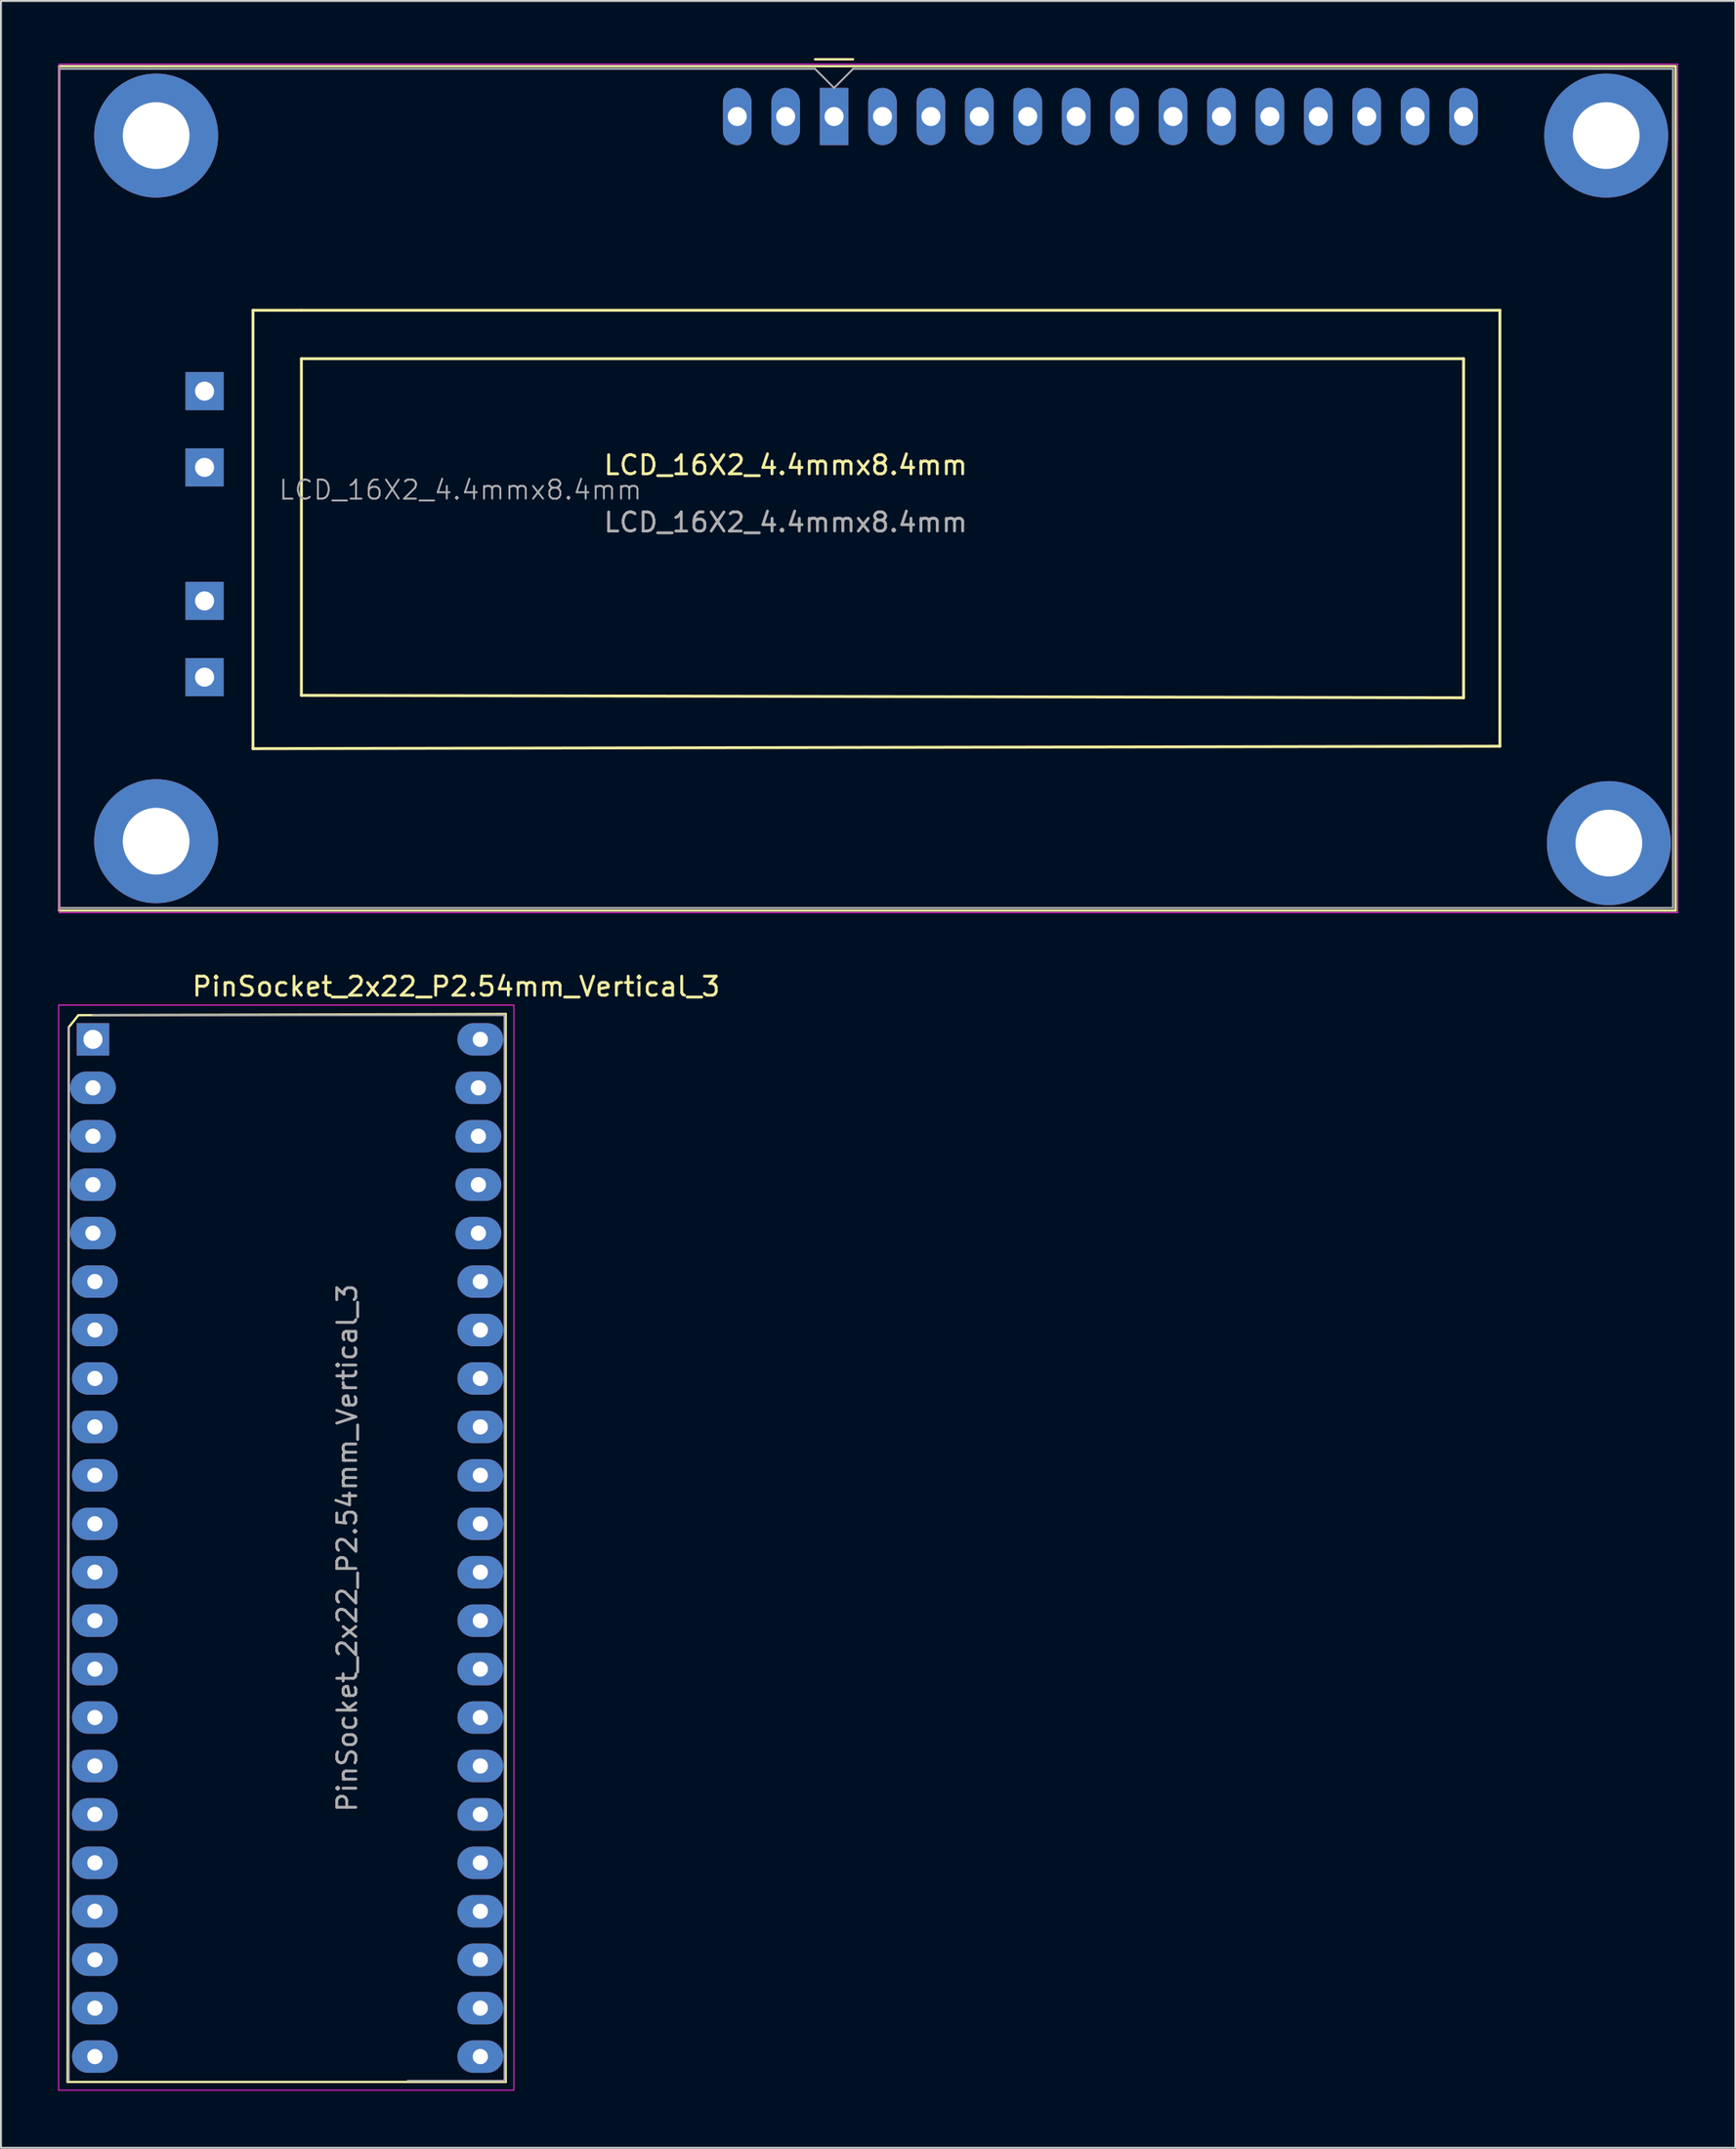
<source format=kicad_pcb>
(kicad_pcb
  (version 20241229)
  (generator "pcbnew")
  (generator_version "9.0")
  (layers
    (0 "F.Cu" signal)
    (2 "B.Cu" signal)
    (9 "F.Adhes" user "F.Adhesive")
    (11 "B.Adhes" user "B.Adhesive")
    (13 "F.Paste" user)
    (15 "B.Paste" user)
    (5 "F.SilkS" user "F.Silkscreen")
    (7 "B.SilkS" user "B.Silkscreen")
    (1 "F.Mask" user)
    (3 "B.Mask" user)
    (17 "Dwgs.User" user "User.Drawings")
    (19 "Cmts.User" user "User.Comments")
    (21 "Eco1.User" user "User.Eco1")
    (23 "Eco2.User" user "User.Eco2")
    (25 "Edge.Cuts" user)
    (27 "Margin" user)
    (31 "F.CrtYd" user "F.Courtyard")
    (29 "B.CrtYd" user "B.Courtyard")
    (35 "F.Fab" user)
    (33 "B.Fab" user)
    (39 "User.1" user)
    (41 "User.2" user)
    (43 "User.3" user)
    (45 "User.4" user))
  (footprint "PinSocket_2x22_P2.54mm_Vertical_3"
    (layer "F.Cu")
    (at 4.365 51.453)
    (property "Reference" "PinSocket_2x22_P2.54mm_Vertical_3" (at 16.51 -2.77 0) (layer "F.SilkS") (effects (font (size 1 1) (thickness 0.15))))
    (attr through_hole)
    (fp_line (start -3.87 54.67) (end 19.11 54.67) (stroke (width 0.12) (type solid)) (layer "F.SilkS"))
    (fp_line (start -3.81 -0.635) (end -3.87 54.67) (stroke (width 0.12) (type solid)) (layer "F.SilkS"))
    (fp_line (start -3.81 -0.635) (end -3.302 -1.27) (stroke (width 0.12) (type solid)) (layer "F.SilkS"))
    (fp_line (start -3.302 -1.27) (end 19.11 -1.33) (stroke (width 0.12) (type solid)) (layer "F.SilkS"))
    (fp_line (start 19.11 -1.33) (end 19.11 54.67) (stroke (width 0.12) (type solid)) (layer "F.SilkS"))
    (fp_line (start -4.34 -1.8) (end 19.54 -1.8) (stroke (width 0.05) (type solid)) (layer "F.CrtYd"))
    (fp_line (start -4.34 55.1) (end -4.34 -1.8) (stroke (width 0.05) (type solid)) (layer "F.CrtYd"))
    (fp_line (start 19.54 -1.8) (end 19.54 55.1) (stroke (width 0.05) (type solid)) (layer "F.CrtYd"))
    (fp_line (start 19.54 55.1) (end -4.34 55.1) (stroke (width 0.05) (type solid)) (layer "F.CrtYd"))
    (fp_line (start -3.81 54.61) (end -3.81 -0.635) (stroke (width 0.1) (type solid)) (layer "F.Fab"))
    (fp_line (start -2.54 -1.27) (end 19.05 -1.27) (stroke (width 0.1) (type solid)) (layer "F.Fab"))
    (fp_line (start 19.05 -1.27) (end 19.05 54.61) (stroke (width 0.1) (type solid)) (layer "F.Fab"))
    (fp_line (start 19.05 54.61) (end 13.97 54.61) (stroke (width 0.1) (type solid)) (layer "F.Fab"))
    (fp_text user "${REFERENCE}" (at 10.795 26.67 90) (layer "F.Fab") (effects (font (size 1 1) (thickness 0.15))))
    (pad "1" thru_hole rect (at -2.54 0) (size 1.7 1.7) (drill 1) (layers "*.Cu" "*.Mask"))
    (pad "2" thru_hole oval (at -2.54 2.54) (size 2.4 1.7) (drill 0.8) (layers "*.Cu" "*.Mask"))
    (pad "3" thru_hole oval (at -2.54 5.08) (size 2.4 1.7) (drill 0.8) (layers "*.Cu" "*.Mask"))
    (pad "4" thru_hole oval (at -2.54 7.62) (size 2.4 1.7) (drill 0.8) (layers "*.Cu" "*.Mask"))
    (pad "5" thru_hole oval (at -2.54 10.16) (size 2.4 1.7) (drill 0.8) (layers "*.Cu" "*.Mask"))
    (pad "6" thru_hole oval (at -2.438 12.7) (size 2.4 1.7) (drill 0.8) (layers "*.Cu" "*.Mask"))
    (pad "7" thru_hole oval (at -2.438 15.24) (size 2.4 1.7) (drill 0.8) (layers "*.Cu" "*.Mask"))
    (pad "8" thru_hole oval (at -2.438 17.78) (size 2.4 1.7) (drill 0.8) (layers "*.Cu" "*.Mask"))
    (pad "9" thru_hole oval (at -2.438 20.32) (size 2.4 1.7) (drill 0.8) (layers "*.Cu" "*.Mask"))
    (pad "10" thru_hole oval (at -2.438 22.86) (size 2.4 1.7) (drill 0.8) (layers "*.Cu" "*.Mask"))
    (pad "11" thru_hole oval (at -2.438 25.4) (size 2.4 1.7) (drill 0.8) (layers "*.Cu" "*.Mask"))
    (pad "12" thru_hole oval (at -2.438 27.94) (size 2.4 1.7) (drill 0.8) (layers "*.Cu" "*.Mask"))
    (pad "13" thru_hole oval (at -2.438 30.48) (size 2.4 1.7) (drill 0.8) (layers "*.Cu" "*.Mask"))
    (pad "14" thru_hole oval (at -2.438 33.02) (size 2.4 1.7) (drill 0.8) (layers "*.Cu" "*.Mask"))
    (pad "15" thru_hole oval (at -2.438 35.56) (size 2.4 1.7) (drill 0.8) (layers "*.Cu" "*.Mask"))
    (pad "16" thru_hole oval (at -2.438 38.1) (size 2.4 1.7) (drill 0.8) (layers "*.Cu" "*.Mask"))
    (pad "17" thru_hole oval (at -2.438 40.64) (size 2.4 1.7) (drill 0.8) (layers "*.Cu" "*.Mask"))
    (pad "18" thru_hole oval (at -2.438 43.18) (size 2.4 1.7) (drill 0.8) (layers "*.Cu" "*.Mask"))
    (pad "19" thru_hole oval (at -2.438 45.72) (size 2.4 1.7) (drill 0.8) (layers "*.Cu" "*.Mask"))
    (pad "20" thru_hole oval (at -2.438 48.26) (size 2.4 1.7) (drill 0.8) (layers "*.Cu" "*.Mask"))
    (pad "21" thru_hole oval (at -2.438 50.8) (size 2.4 1.7) (drill 0.8) (layers "*.Cu" "*.Mask"))
    (pad "22" thru_hole oval (at -2.438 53.34) (size 2.4 1.7) (drill 0.8) (layers "*.Cu" "*.Mask"))
    (pad "23" thru_hole oval (at 17.78 0) (size 2.4 1.7) (drill 0.8) (layers "*.Cu" "*.Mask"))
    (pad "24" thru_hole oval (at 17.678 2.54) (size 2.4 1.7) (drill 0.8) (layers "*.Cu" "*.Mask"))
    (pad "25" thru_hole oval (at 17.678 5.08) (size 2.4 1.7) (drill 0.8) (layers "*.Cu" "*.Mask"))
    (pad "26" thru_hole oval (at 17.678 7.62) (size 2.4 1.7) (drill 0.8) (layers "*.Cu" "*.Mask"))
    (pad "27" thru_hole oval (at 17.678 10.16) (size 2.4 1.7) (drill 0.8) (layers "*.Cu" "*.Mask"))
    (pad "28" thru_hole oval (at 17.78 12.7) (size 2.4 1.7) (drill 0.8) (layers "*.Cu" "*.Mask"))
    (pad "29" thru_hole oval (at 17.78 15.24) (size 2.4 1.7) (drill 0.8) (layers "*.Cu" "*.Mask"))
    (pad "30" thru_hole oval (at 17.78 17.78) (size 2.4 1.7) (drill 0.8) (layers "*.Cu" "*.Mask"))
    (pad "31" thru_hole oval (at 17.78 20.32) (size 2.4 1.7) (drill 0.8) (layers "*.Cu" "*.Mask"))
    (pad "32" thru_hole oval (at 17.78 22.86) (size 2.4 1.7) (drill 0.8) (layers "*.Cu" "*.Mask"))
    (pad "33" thru_hole oval (at 17.78 25.4) (size 2.4 1.7) (drill 0.8) (layers "*.Cu" "*.Mask"))
    (pad "34" thru_hole oval (at 17.78 27.94) (size 2.4 1.7) (drill 0.8) (layers "*.Cu" "*.Mask"))
    (pad "35" thru_hole oval (at 17.78 30.48) (size 2.4 1.7) (drill 0.8) (layers "*.Cu" "*.Mask"))
    (pad "36" thru_hole oval (at 17.78 33.02) (size 2.4 1.7) (drill 0.8) (layers "*.Cu" "*.Mask"))
    (pad "37" thru_hole oval (at 17.78 35.56) (size 2.4 1.7) (drill 0.8) (layers "*.Cu" "*.Mask"))
    (pad "38" thru_hole oval (at 17.78 38.1) (size 2.4 1.7) (drill 0.8) (layers "*.Cu" "*.Mask"))
    (pad "39" thru_hole oval (at 17.78 40.64) (size 2.4 1.7) (drill 0.8) (layers "*.Cu" "*.Mask"))
    (pad "40" thru_hole oval (at 17.78 43.18) (size 2.4 1.7) (drill 0.8) (layers "*.Cu" "*.Mask"))
    (pad "41" thru_hole oval (at 17.78 45.72) (size 2.4 1.7) (drill 0.8) (layers "*.Cu" "*.Mask"))
    (pad "42" thru_hole oval (at 17.78 48.26) (size 2.4 1.7) (drill 0.8) (layers "*.Cu" "*.Mask"))
    (pad "43" thru_hole oval (at 17.78 50.8) (size 2.4 1.7) (drill 0.8) (layers "*.Cu" "*.Mask"))
    (pad "44" thru_hole oval (at 17.78 53.34) (size 2.4 1.7) (drill 0.8) (layers "*.Cu" "*.Mask")))
  (footprint "LCD_16X2_4.4mmx8.4mm"
    (layer "F.Cu")
    (at 38.16 21.84)
    (property "Reference" "LCD_16X2_4.4mmx8.4mm" (at 0 -0.5 0) (unlocked yes) (layer "F.SilkS") (effects (font (size 1 1) (thickness 0.15))))
    (attr through_hole)
    (fp_line (start -38.1 -21.42) (end -38.1 22.86) (stroke (width 0.12) (type solid)) (layer "F.SilkS"))
    (fp_line (start -38.1 22.86) (end 46.68 22.86) (stroke (width 0.12) (type solid)) (layer "F.SilkS"))
    (fp_line (start -27.94 -8.62) (end -27.94 14.367) (stroke (width 0.15) (type solid)) (layer "F.SilkS"))
    (fp_line (start -27.94 14.367) (end 37.465 14.24) (stroke (width 0.15) (type solid)) (layer "F.SilkS"))
    (fp_line (start -25.4 -8.62) (end -27.94 -8.62) (stroke (width 0.15) (type solid)) (layer "F.SilkS"))
    (fp_line (start -25.4 -6.08) (end 35.56 -6.08) (stroke (width 0.15) (type solid)) (layer "F.SilkS"))
    (fp_line (start -25.4 11.573) (end -25.4 -6.08) (stroke (width 0.15) (type solid)) (layer "F.SilkS"))
    (fp_line (start 1.54 -21.78) (end 3.54 -21.78) (stroke (width 0.12) (type solid)) (layer "F.SilkS"))
    (fp_line (start 35.56 -6.08) (end 35.56 11.7) (stroke (width 0.15) (type solid)) (layer "F.SilkS"))
    (fp_line (start 35.56 11.7) (end -25.4 11.573) (stroke (width 0.15) (type solid)) (layer "F.SilkS"))
    (fp_line (start 37.465 -8.62) (end -25.4 -8.62) (stroke (width 0.15) (type solid)) (layer "F.SilkS"))
    (fp_line (start 37.465 14.24) (end 37.465 -8.62) (stroke (width 0.15) (type solid)) (layer "F.SilkS"))
    (fp_line (start 46.68 -21.42) (end -38.1 -21.42) (stroke (width 0.12) (type solid)) (layer "F.SilkS"))
    (fp_line (start 46.68 -21.42) (end 46.68 22.86) (stroke (width 0.12) (type solid)) (layer "F.SilkS"))
    (fp_line (start -38.1 -21.53) (end -38.1 22.97) (stroke (width 0.05) (type solid)) (layer "F.CrtYd"))
    (fp_line (start -38.1 -21.53) (end 46.79 -21.53) (stroke (width 0.05) (type solid)) (layer "F.CrtYd"))
    (fp_line (start -38.1 22.97) (end 46.79 22.97) (stroke (width 0.05) (type solid)) (layer "F.CrtYd"))
    (fp_line (start 46.79 -21.53) (end 46.79 22.97) (stroke (width 0.05) (type solid)) (layer "F.CrtYd"))
    (fp_line (start -38.1 -21.28) (end 1.54 -21.28) (stroke (width 0.1) (type solid)) (layer "F.Fab"))
    (fp_line (start -38.1 22.72) (end -38.1 -21.28) (stroke (width 0.1) (type solid)) (layer "F.Fab"))
    (fp_line (start 2.54 -20.28) (end 1.54 -21.28) (stroke (width 0.1) (type solid)) (layer "F.Fab"))
    (fp_line (start 3.54 -21.28) (end 2.54 -20.28) (stroke (width 0.1) (type solid)) (layer "F.Fab"))
    (fp_line (start 3.54 -21.28) (end 46.54 -21.28) (stroke (width 0.1) (type solid)) (layer "F.Fab"))
    (fp_line (start 46.54 -21.28) (end 46.54 22.72) (stroke (width 0.1) (type solid)) (layer "F.Fab"))
    (fp_line (start 46.54 22.72) (end -38.1 22.72) (stroke (width 0.1) (type solid)) (layer "F.Fab"))
    (fp_text user "${REFERENCE}" (at -17.06 0.8 0) (layer "F.Fab") (effects (font (size 1 1) (thickness 0.1))))
    (fp_text user "${REFERENCE}" (at 0 2.5 0) (unlocked yes) (layer "F.Fab") (effects (font (size 1 1) (thickness 0.15))))
    (pad "" thru_hole circle (at -33.02 -17.78 180) (size 6.5 6.5) (drill 3.5) (layers "*.Cu" "*.Mask"))
    (pad "" thru_hole circle (at -33.02 19.22 180) (size 6.5 6.5) (drill 3.5) (layers "*.Cu" "*.Mask"))
    (pad "" thru_hole circle (at 43.04 -17.78 180) (size 6.5 6.5) (drill 3.5) (layers "*.Cu" "*.Mask"))
    (pad "" thru_hole circle (at 43.18 19.32 180) (size 6.5 6.5) (drill 3.5) (layers "*.Cu" "*.Mask"))
    (pad "1" thru_hole rect (at 2.54 -18.78 180) (size 1.5 3) (drill 1) (layers "*.Cu" "*.Mask"))
    (pad "2" thru_hole oval (at 5.08 -18.78 180) (size 1.5 3) (drill 1) (layers "*.Cu" "*.Mask"))
    (pad "3" thru_hole oval (at 7.62 -18.78 180) (size 1.5 3) (drill 1) (layers "*.Cu" "*.Mask"))
    (pad "4" thru_hole oval (at 10.16 -18.78 180) (size 1.5 3) (drill 1) (layers "*.Cu" "*.Mask"))
    (pad "5" thru_hole oval (at 12.7 -18.78 180) (size 1.5 3) (drill 1) (layers "*.Cu" "*.Mask"))
    (pad "6" thru_hole oval (at 15.24 -18.78 180) (size 1.5 3) (drill 1) (layers "*.Cu" "*.Mask"))
    (pad "7" thru_hole oval (at 17.78 -18.78 180) (size 1.5 3) (drill 1) (layers "*.Cu" "*.Mask"))
    (pad "8" thru_hole oval (at 20.32 -18.78 180) (size 1.5 3) (drill 1) (layers "*.Cu" "*.Mask"))
    (pad "9" thru_hole oval (at 22.86 -18.78 180) (size 1.5 3) (drill 1) (layers "*.Cu" "*.Mask"))
    (pad "10" thru_hole oval (at 25.4 -18.78 180) (size 1.5 3) (drill 1) (layers "*.Cu" "*.Mask"))
    (pad "11" thru_hole oval (at 27.94 -18.78 180) (size 1.5 3) (drill 1) (layers "*.Cu" "*.Mask"))
    (pad "12" thru_hole oval (at 30.48 -18.78 180) (size 1.5 3) (drill 1) (layers "*.Cu" "*.Mask"))
    (pad "13" thru_hole oval (at 33.02 -18.78 180) (size 1.5 3) (drill 1) (layers "*.Cu" "*.Mask"))
    (pad "14" thru_hole oval (at 35.56 -18.78 180) (size 1.5 3) (drill 1) (layers "*.Cu" "*.Mask"))
    (pad "15" thru_hole oval (at 0 -18.78 180) (size 1.5 3) (drill 1) (layers "*.Cu" "*.Mask"))
    (pad "16" thru_hole oval (at -2.54 -18.78 180) (size 1.5 3) (drill 1) (layers "*.Cu" "*.Mask"))
    (pad "A1" thru_hole rect (at -30.48 -4.38 180) (size 2 2) (drill 1) (layers "*.Cu" "*.Mask"))
    (pad "A2" thru_hole rect (at -30.48 6.62 180) (size 2 2) (drill 1) (layers "*.Cu" "*.Mask"))
    (pad "K1" thru_hole rect (at -30.48 -0.38 180) (size 2 2) (drill 1) (layers "*.Cu" "*.Mask"))
    (pad "K2" thru_hole rect (at -30.48 10.62 180) (size 2 2) (drill 1) (layers "*.Cu" "*.Mask")))
  (gr_rect
    (start -3 -3)
    (end 87.975 109.578)
    (stroke (width 0.1) (type default))
    (fill no)
    (layer "Edge.Cuts")))
</source>
